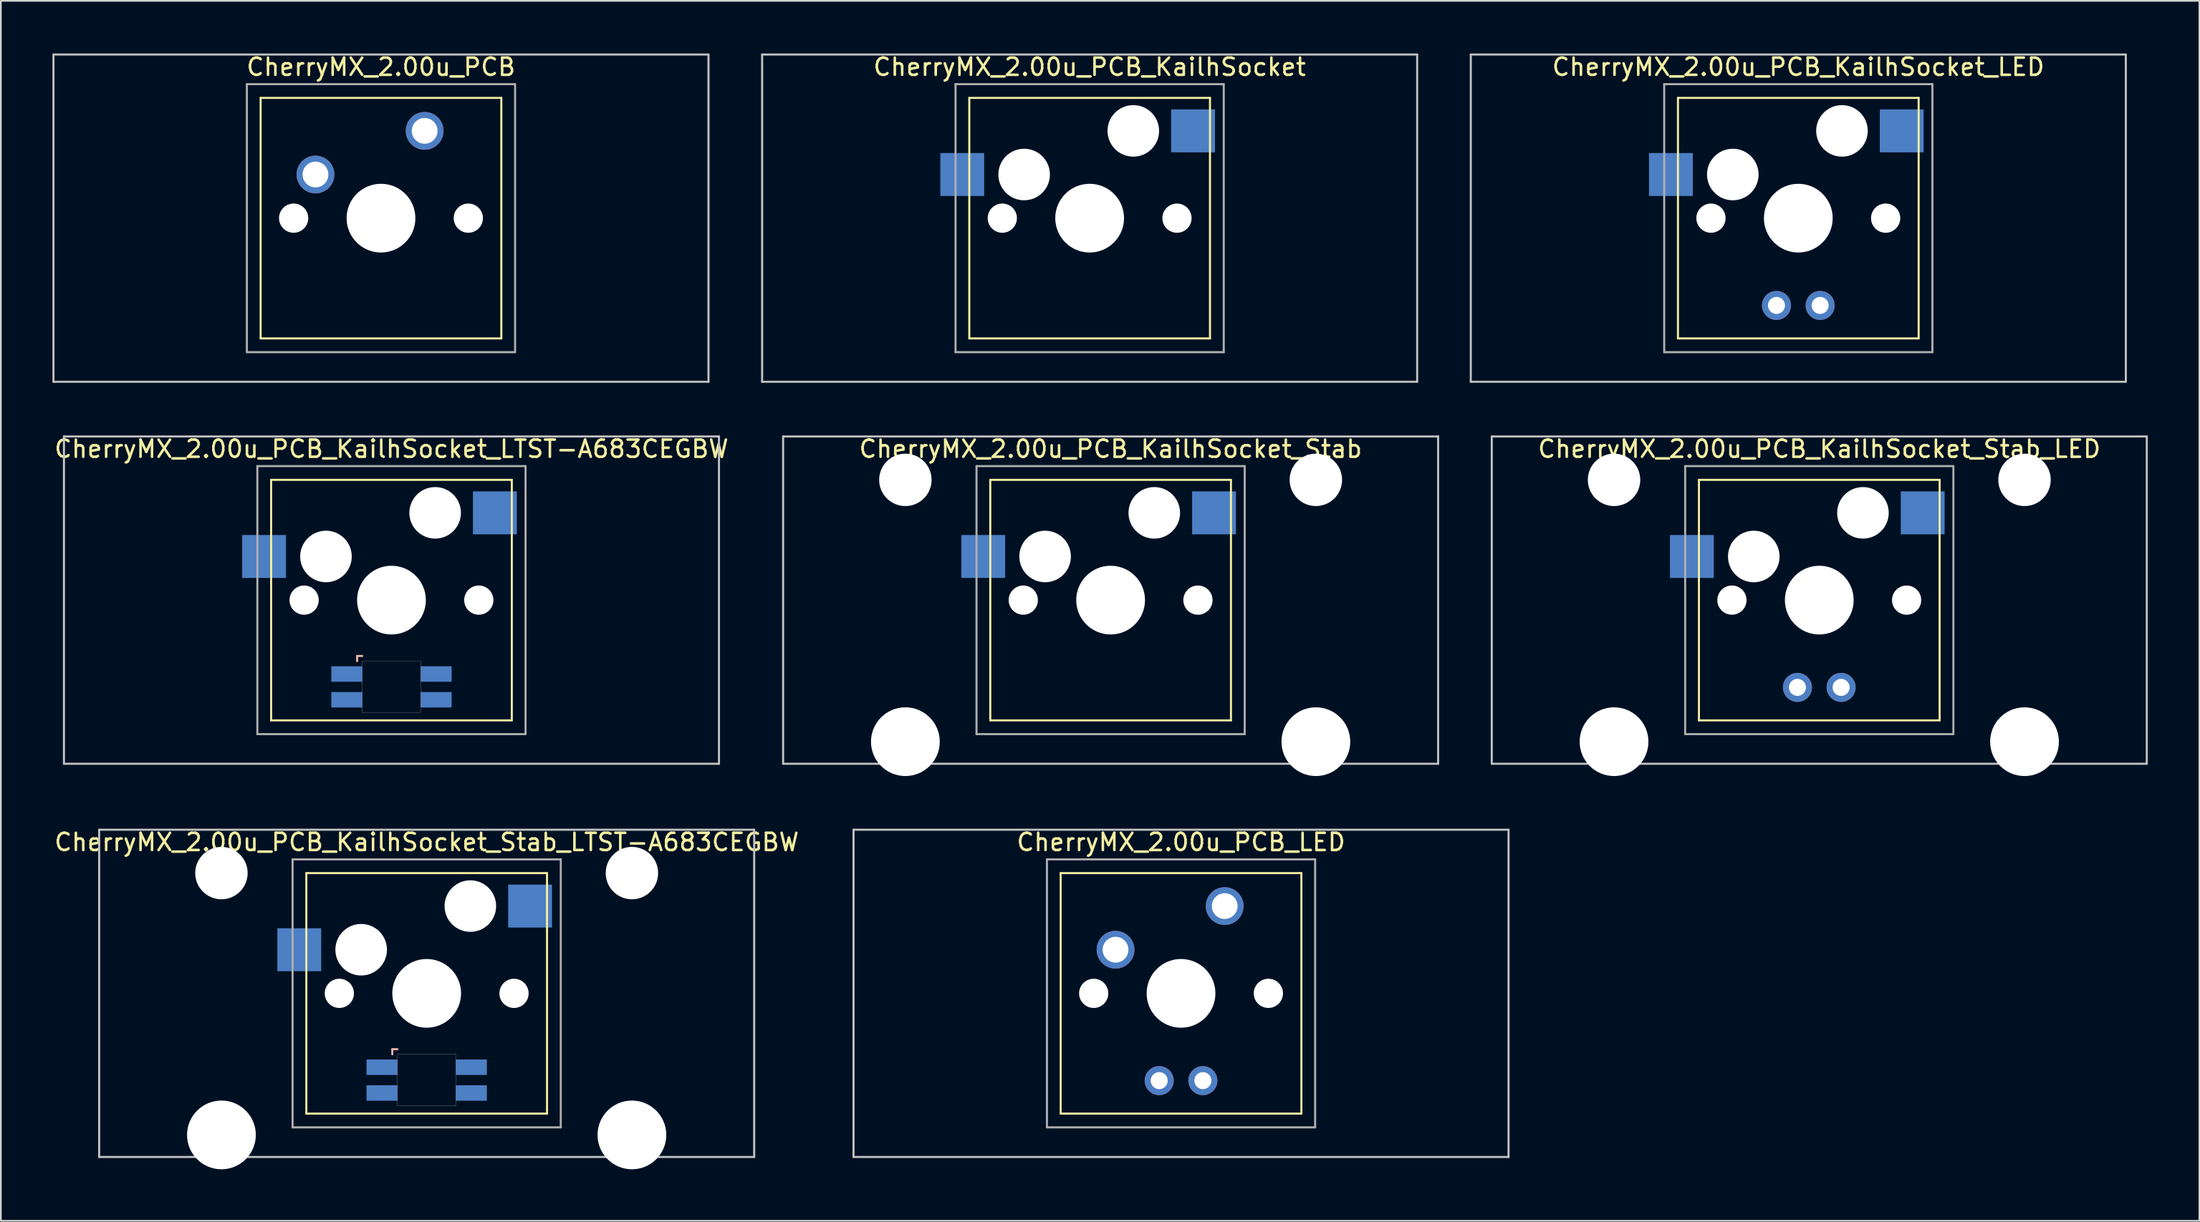
<source format=kicad_pcb>
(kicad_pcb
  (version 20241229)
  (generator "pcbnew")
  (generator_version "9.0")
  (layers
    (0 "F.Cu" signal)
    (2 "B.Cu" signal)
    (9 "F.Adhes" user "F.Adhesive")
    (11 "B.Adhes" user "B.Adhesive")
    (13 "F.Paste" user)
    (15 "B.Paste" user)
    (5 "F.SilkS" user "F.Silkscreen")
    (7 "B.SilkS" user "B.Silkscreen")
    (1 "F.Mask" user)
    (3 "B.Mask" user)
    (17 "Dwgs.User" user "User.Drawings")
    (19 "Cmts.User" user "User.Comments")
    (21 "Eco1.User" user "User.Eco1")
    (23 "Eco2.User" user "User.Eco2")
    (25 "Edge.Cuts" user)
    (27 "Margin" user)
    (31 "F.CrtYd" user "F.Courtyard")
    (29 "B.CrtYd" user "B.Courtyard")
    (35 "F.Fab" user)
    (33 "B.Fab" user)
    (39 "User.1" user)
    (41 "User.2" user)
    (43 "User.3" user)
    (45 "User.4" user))
  (footprint "CherryMX_2.00u_PCB_KailhSocket_Stab_LTST-A683CEGBW"
    (layer "F.Cu")
    (at 21.768 54.77)
    (property "Reference" "CherryMX_2.00u_PCB_KailhSocket_Stab_LTST-A683CEGBW" (at 0 -8.8 0) (layer "F.SilkS") (effects (font (size 1 1) (thickness 0.15))))
    (attr through_hole)
    (fp_line (start -7 -7) (end -7 7) (stroke (width 0.12) (type solid)) (layer "F.SilkS"))
    (fp_line (start -7 -7) (end 7 -7) (stroke (width 0.12) (type solid)) (layer "F.SilkS"))
    (fp_line (start 7 -7) (end 7 7) (stroke (width 0.12) (type solid)) (layer "F.SilkS"))
    (fp_line (start 7 7) (end -7 7) (stroke (width 0.12) (type solid)) (layer "F.SilkS"))
    (fp_line (start -2 3.25) (end -2 3.55) (stroke (width 0.12) (type solid)) (layer "B.SilkS"))
    (fp_line (start -1.7 3.25) (end -2 3.25) (stroke (width 0.12) (type solid)) (layer "B.SilkS"))
    (fp_line (start -19.05 -9.525) (end 19.05 -9.525) (stroke (width 0.12) (type solid)) (layer "Dwgs.User"))
    (fp_line (start -19.05 9.525) (end -19.05 -9.525) (stroke (width 0.12) (type solid)) (layer "Dwgs.User"))
    (fp_line (start 19.05 -9.525) (end 19.05 9.525) (stroke (width 0.12) (type solid)) (layer "Dwgs.User"))
    (fp_line (start 19.05 9.525) (end -19.05 9.525) (stroke (width 0.12) (type solid)) (layer "Dwgs.User"))
    (fp_poly (pts (xy 1.7 6.55) (xy -1.7 6.55) (xy -1.7 3.55) (xy 1.7 3.55)) (stroke (width 0.01) (type solid)) (fill no) (layer "Edge.Cuts"))
    (fp_line (start -7.8 -7.8) (end -7.8 7.8) (stroke (width 0.12) (type solid)) (layer "F.Fab"))
    (fp_line (start -7.8 -7.8) (end 7.8 -7.8) (stroke (width 0.12) (type solid)) (layer "F.Fab"))
    (fp_line (start -7.8 7.8) (end 7.8 7.8) (stroke (width 0.12) (type solid)) (layer "F.Fab"))
    (fp_line (start 7.8 -7.8) (end 7.8 7.8) (stroke (width 0.12) (type solid)) (layer "F.Fab"))
    (pad "" np_thru_hole circle (at -11.938 -7) (size 3.05 3.05) (drill 3.05) (layers "*.Cu" "*.Mask"))
    (pad "" np_thru_hole circle (at -11.938 8.24) (size 4 4) (drill 4) (layers "*.Cu" "*.Mask"))
    (pad "" np_thru_hole circle (at -5.08 0) (size 1.7 1.7) (drill 1.7) (layers "*.Cu" "*.Mask"))
    (pad "" np_thru_hole circle (at -3.81 -2.54) (size 3 3) (drill 3) (layers "*.Cu" "*.Mask"))
    (pad "" np_thru_hole circle (at 0 0) (size 4 4) (drill 4) (layers "*.Cu" "*.Mask"))
    (pad "" np_thru_hole circle (at 2.54 -5.08) (size 3 3) (drill 3) (layers "*.Cu" "*.Mask"))
    (pad "" np_thru_hole circle (at 5.08 0) (size 1.7 1.7) (drill 1.7) (layers "*.Cu" "*.Mask"))
    (pad "" np_thru_hole circle (at 11.938 -7) (size 3.05 3.05) (drill 3.05) (layers "*.Cu" "*.Mask"))
    (pad "" np_thru_hole circle (at 11.938 8.24) (size 4 4) (drill 4) (layers "*.Cu" "*.Mask"))
    (pad "1" smd rect (at -7.41 -2.54) (size 2.55 2.5) (layers "B.Cu" "B.Mask" "B.Paste"))
    (pad "2" smd rect (at 6.015 -5.08) (size 2.55 2.5) (layers "B.Cu" "B.Mask" "B.Paste"))
    (pad "3" smd rect (at -2.6 4.3) (size 1.8 0.9) (layers "B.Cu" "B.Mask" "B.Paste"))
    (pad "4" smd rect (at -2.6 5.8) (size 1.8 0.9) (layers "B.Cu" "B.Mask" "B.Paste"))
    (pad "5" smd rect (at 2.6 4.3) (size 1.8 0.9) (layers "B.Cu" "B.Mask" "B.Paste"))
    (pad "6" smd rect (at 2.6 5.8) (size 1.8 0.9) (layers "B.Cu" "B.Mask" "B.Paste")))
  (footprint "CherryMX_2.00u_PCB_KailhSocket_Stab"
    (layer "F.Cu")
    (at 61.55 31.881)
    (property "Reference" "CherryMX_2.00u_PCB_KailhSocket_Stab" (at 0 -8.8 0) (layer "F.SilkS") (effects (font (size 1 1) (thickness 0.15))))
    (attr through_hole)
    (fp_line (start -7 -7) (end -7 7) (stroke (width 0.12) (type solid)) (layer "F.SilkS"))
    (fp_line (start -7 -7) (end 7 -7) (stroke (width 0.12) (type solid)) (layer "F.SilkS"))
    (fp_line (start 7 -7) (end 7 7) (stroke (width 0.12) (type solid)) (layer "F.SilkS"))
    (fp_line (start 7 7) (end -7 7) (stroke (width 0.12) (type solid)) (layer "F.SilkS"))
    (fp_line (start -19.05 -9.525) (end 19.05 -9.525) (stroke (width 0.12) (type solid)) (layer "Dwgs.User"))
    (fp_line (start -19.05 9.525) (end -19.05 -9.525) (stroke (width 0.12) (type solid)) (layer "Dwgs.User"))
    (fp_line (start 19.05 -9.525) (end 19.05 9.525) (stroke (width 0.12) (type solid)) (layer "Dwgs.User"))
    (fp_line (start 19.05 9.525) (end -19.05 9.525) (stroke (width 0.12) (type solid)) (layer "Dwgs.User"))
    (fp_line (start -7.8 -7.8) (end -7.8 7.8) (stroke (width 0.12) (type solid)) (layer "F.Fab"))
    (fp_line (start -7.8 -7.8) (end 7.8 -7.8) (stroke (width 0.12) (type solid)) (layer "F.Fab"))
    (fp_line (start -7.8 7.8) (end 7.8 7.8) (stroke (width 0.12) (type solid)) (layer "F.Fab"))
    (fp_line (start 7.8 -7.8) (end 7.8 7.8) (stroke (width 0.12) (type solid)) (layer "F.Fab"))
    (pad "" np_thru_hole circle (at -11.938 -7) (size 3.05 3.05) (drill 3.05) (layers "*.Cu" "*.Mask"))
    (pad "" np_thru_hole circle (at -11.938 8.24) (size 4 4) (drill 4) (layers "*.Cu" "*.Mask"))
    (pad "" np_thru_hole circle (at -5.08 0) (size 1.7 1.7) (drill 1.7) (layers "*.Cu" "*.Mask"))
    (pad "" np_thru_hole circle (at -3.81 -2.54) (size 3 3) (drill 3) (layers "*.Cu" "*.Mask"))
    (pad "" np_thru_hole circle (at 0 0) (size 4 4) (drill 4) (layers "*.Cu" "*.Mask"))
    (pad "" np_thru_hole circle (at 2.54 -5.08) (size 3 3) (drill 3) (layers "*.Cu" "*.Mask"))
    (pad "" np_thru_hole circle (at 5.08 0) (size 1.7 1.7) (drill 1.7) (layers "*.Cu" "*.Mask"))
    (pad "" np_thru_hole circle (at 11.938 -7) (size 3.05 3.05) (drill 3.05) (layers "*.Cu" "*.Mask"))
    (pad "" np_thru_hole circle (at 11.938 8.24) (size 4 4) (drill 4) (layers "*.Cu" "*.Mask"))
    (pad "1" smd rect (at -7.41 -2.54) (size 2.55 2.5) (layers "B.Cu" "B.Mask" "B.Paste"))
    (pad "2" smd rect (at 6.015 -5.08) (size 2.55 2.5) (layers "B.Cu" "B.Mask" "B.Paste")))
  (footprint "CherryMX_2.00u_PCB_KailhSocket"
    (layer "F.Cu")
    (at 60.33 9.648)
    (property "Reference" "CherryMX_2.00u_PCB_KailhSocket" (at 0 -8.8 0) (layer "F.SilkS") (effects (font (size 1 1) (thickness 0.15))))
    (attr through_hole)
    (fp_line (start -7 -7) (end -7 7) (stroke (width 0.12) (type solid)) (layer "F.SilkS"))
    (fp_line (start -7 -7) (end 7 -7) (stroke (width 0.12) (type solid)) (layer "F.SilkS"))
    (fp_line (start 7 -7) (end 7 7) (stroke (width 0.12) (type solid)) (layer "F.SilkS"))
    (fp_line (start 7 7) (end -7 7) (stroke (width 0.12) (type solid)) (layer "F.SilkS"))
    (fp_line (start -19.05 -9.525) (end 19.05 -9.525) (stroke (width 0.12) (type solid)) (layer "Dwgs.User"))
    (fp_line (start -19.05 9.525) (end -19.05 -9.525) (stroke (width 0.12) (type solid)) (layer "Dwgs.User"))
    (fp_line (start 19.05 -9.525) (end 19.05 9.525) (stroke (width 0.12) (type solid)) (layer "Dwgs.User"))
    (fp_line (start 19.05 9.525) (end -19.05 9.525) (stroke (width 0.12) (type solid)) (layer "Dwgs.User"))
    (fp_line (start -7.8 -7.8) (end -7.8 7.8) (stroke (width 0.12) (type solid)) (layer "F.Fab"))
    (fp_line (start -7.8 -7.8) (end 7.8 -7.8) (stroke (width 0.12) (type solid)) (layer "F.Fab"))
    (fp_line (start -7.8 7.8) (end 7.8 7.8) (stroke (width 0.12) (type solid)) (layer "F.Fab"))
    (fp_line (start 7.8 -7.8) (end 7.8 7.8) (stroke (width 0.12) (type solid)) (layer "F.Fab"))
    (pad "" np_thru_hole circle (at -5.08 0) (size 1.7 1.7) (drill 1.7) (layers "*.Cu" "*.Mask"))
    (pad "" np_thru_hole circle (at -3.81 -2.54) (size 3 3) (drill 3) (layers "*.Cu" "*.Mask"))
    (pad "" np_thru_hole circle (at 0 0) (size 4 4) (drill 4) (layers "*.Cu" "*.Mask"))
    (pad "" np_thru_hole circle (at 2.54 -5.08) (size 3 3) (drill 3) (layers "*.Cu" "*.Mask"))
    (pad "" np_thru_hole circle (at 5.08 0) (size 1.7 1.7) (drill 1.7) (layers "*.Cu" "*.Mask"))
    (pad "1" smd rect (at -7.41 -2.54) (size 2.55 2.5) (layers "B.Cu" "B.Mask" "B.Paste"))
    (pad "2" smd rect (at 6.015 -5.08) (size 2.55 2.5) (layers "B.Cu" "B.Mask" "B.Paste")))
  (footprint "CherryMX_2.00u_PCB_KailhSocket_LED"
    (layer "F.Cu")
    (at 101.55 9.648)
    (property "Reference" "CherryMX_2.00u_PCB_KailhSocket_LED" (at 0 -8.8 0) (layer "F.SilkS") (effects (font (size 1 1) (thickness 0.15))))
    (attr through_hole)
    (fp_line (start -7 -7) (end -7 7) (stroke (width 0.12) (type solid)) (layer "F.SilkS"))
    (fp_line (start -7 -7) (end 7 -7) (stroke (width 0.12) (type solid)) (layer "F.SilkS"))
    (fp_line (start 7 -7) (end 7 7) (stroke (width 0.12) (type solid)) (layer "F.SilkS"))
    (fp_line (start 7 7) (end -7 7) (stroke (width 0.12) (type solid)) (layer "F.SilkS"))
    (fp_line (start -19.05 -9.525) (end 19.05 -9.525) (stroke (width 0.12) (type solid)) (layer "Dwgs.User"))
    (fp_line (start -19.05 9.525) (end -19.05 -9.525) (stroke (width 0.12) (type solid)) (layer "Dwgs.User"))
    (fp_line (start 19.05 -9.525) (end 19.05 9.525) (stroke (width 0.12) (type solid)) (layer "Dwgs.User"))
    (fp_line (start 19.05 9.525) (end -19.05 9.525) (stroke (width 0.12) (type solid)) (layer "Dwgs.User"))
    (fp_line (start -7.8 -7.8) (end -7.8 7.8) (stroke (width 0.12) (type solid)) (layer "F.Fab"))
    (fp_line (start -7.8 -7.8) (end 7.8 -7.8) (stroke (width 0.12) (type solid)) (layer "F.Fab"))
    (fp_line (start -7.8 7.8) (end 7.8 7.8) (stroke (width 0.12) (type solid)) (layer "F.Fab"))
    (fp_line (start 7.8 -7.8) (end 7.8 7.8) (stroke (width 0.12) (type solid)) (layer "F.Fab"))
    (pad "" np_thru_hole circle (at -5.08 0) (size 1.7 1.7) (drill 1.7) (layers "*.Cu" "*.Mask"))
    (pad "" np_thru_hole circle (at -3.81 -2.54) (size 3 3) (drill 3) (layers "*.Cu" "*.Mask"))
    (pad "" np_thru_hole circle (at 0 0) (size 4 4) (drill 4) (layers "*.Cu" "*.Mask"))
    (pad "" np_thru_hole circle (at 2.54 -5.08) (size 3 3) (drill 3) (layers "*.Cu" "*.Mask"))
    (pad "" np_thru_hole circle (at 5.08 0) (size 1.7 1.7) (drill 1.7) (layers "*.Cu" "*.Mask"))
    (pad "1" smd rect (at -7.41 -2.54) (size 2.55 2.5) (layers "B.Cu" "B.Mask" "B.Paste"))
    (pad "2" smd rect (at 6.015 -5.08) (size 2.55 2.5) (layers "B.Cu" "B.Mask" "B.Paste"))
    (pad "3" thru_hole circle (at -1.27 5.08) (size 1.691 1.691) (drill 0.991) (layers "*.Cu" "*.Mask"))
    (pad "4" thru_hole circle (at 1.27 5.08) (size 1.691 1.691) (drill 0.991) (layers "*.Cu" "*.Mask")))
  (footprint "CherryMX_2.00u_PCB_LED"
    (layer "F.Cu")
    (at 65.646 54.77)
    (property "Reference" "CherryMX_2.00u_PCB_LED" (at 0 -8.8 0) (layer "F.SilkS") (effects (font (size 1 1) (thickness 0.15))))
    (attr through_hole)
    (fp_line (start -7 -7) (end -7 7) (stroke (width 0.12) (type solid)) (layer "F.SilkS"))
    (fp_line (start -7 -7) (end 7 -7) (stroke (width 0.12) (type solid)) (layer "F.SilkS"))
    (fp_line (start 7 -7) (end 7 7) (stroke (width 0.12) (type solid)) (layer "F.SilkS"))
    (fp_line (start 7 7) (end -7 7) (stroke (width 0.12) (type solid)) (layer "F.SilkS"))
    (fp_line (start -19.05 -9.525) (end 19.05 -9.525) (stroke (width 0.12) (type solid)) (layer "Dwgs.User"))
    (fp_line (start -19.05 9.525) (end -19.05 -9.525) (stroke (width 0.12) (type solid)) (layer "Dwgs.User"))
    (fp_line (start 19.05 -9.525) (end 19.05 9.525) (stroke (width 0.12) (type solid)) (layer "Dwgs.User"))
    (fp_line (start 19.05 9.525) (end -19.05 9.525) (stroke (width 0.12) (type solid)) (layer "Dwgs.User"))
    (fp_line (start -7.8 -7.8) (end -7.8 7.8) (stroke (width 0.12) (type solid)) (layer "F.Fab"))
    (fp_line (start -7.8 -7.8) (end 7.8 -7.8) (stroke (width 0.12) (type solid)) (layer "F.Fab"))
    (fp_line (start -7.8 7.8) (end 7.8 7.8) (stroke (width 0.12) (type solid)) (layer "F.Fab"))
    (fp_line (start 7.8 -7.8) (end 7.8 7.8) (stroke (width 0.12) (type solid)) (layer "F.Fab"))
    (pad "" np_thru_hole circle (at -5.08 0) (size 1.7 1.7) (drill 1.7) (layers "*.Cu" "*.Mask"))
    (pad "" np_thru_hole circle (at 0 0) (size 4 4) (drill 4) (layers "*.Cu" "*.Mask"))
    (pad "" np_thru_hole circle (at 5.08 0) (size 1.7 1.7) (drill 1.7) (layers "*.Cu" "*.Mask"))
    (pad "1" thru_hole circle (at -3.81 -2.54) (size 2.2 2.2) (drill 1.5) (layers "*.Cu" "*.Mask"))
    (pad "2" thru_hole circle (at 2.54 -5.08) (size 2.2 2.2) (drill 1.5) (layers "*.Cu" "*.Mask"))
    (pad "3" thru_hole circle (at -1.27 5.08) (size 1.691 1.691) (drill 0.991) (layers "*.Cu" "*.Mask"))
    (pad "4" thru_hole circle (at 1.27 5.08) (size 1.691 1.691) (drill 0.991) (layers "*.Cu" "*.Mask")))
  (footprint "CherryMX_2.00u_PCB_KailhSocket_Stab_LED"
    (layer "F.Cu")
    (at 102.77 31.881)
    (property "Reference" "CherryMX_2.00u_PCB_KailhSocket_Stab_LED" (at 0 -8.8 0) (layer "F.SilkS") (effects (font (size 1 1) (thickness 0.15))))
    (attr through_hole)
    (fp_line (start -7 -7) (end -7 7) (stroke (width 0.12) (type solid)) (layer "F.SilkS"))
    (fp_line (start -7 -7) (end 7 -7) (stroke (width 0.12) (type solid)) (layer "F.SilkS"))
    (fp_line (start 7 -7) (end 7 7) (stroke (width 0.12) (type solid)) (layer "F.SilkS"))
    (fp_line (start 7 7) (end -7 7) (stroke (width 0.12) (type solid)) (layer "F.SilkS"))
    (fp_line (start -19.05 -9.525) (end 19.05 -9.525) (stroke (width 0.12) (type solid)) (layer "Dwgs.User"))
    (fp_line (start -19.05 9.525) (end -19.05 -9.525) (stroke (width 0.12) (type solid)) (layer "Dwgs.User"))
    (fp_line (start 19.05 -9.525) (end 19.05 9.525) (stroke (width 0.12) (type solid)) (layer "Dwgs.User"))
    (fp_line (start 19.05 9.525) (end -19.05 9.525) (stroke (width 0.12) (type solid)) (layer "Dwgs.User"))
    (fp_line (start -7.8 -7.8) (end -7.8 7.8) (stroke (width 0.12) (type solid)) (layer "F.Fab"))
    (fp_line (start -7.8 -7.8) (end 7.8 -7.8) (stroke (width 0.12) (type solid)) (layer "F.Fab"))
    (fp_line (start -7.8 7.8) (end 7.8 7.8) (stroke (width 0.12) (type solid)) (layer "F.Fab"))
    (fp_line (start 7.8 -7.8) (end 7.8 7.8) (stroke (width 0.12) (type solid)) (layer "F.Fab"))
    (pad "" np_thru_hole circle (at -11.938 -7) (size 3.05 3.05) (drill 3.05) (layers "*.Cu" "*.Mask"))
    (pad "" np_thru_hole circle (at -11.938 8.24) (size 4 4) (drill 4) (layers "*.Cu" "*.Mask"))
    (pad "" np_thru_hole circle (at -5.08 0) (size 1.7 1.7) (drill 1.7) (layers "*.Cu" "*.Mask"))
    (pad "" np_thru_hole circle (at -3.81 -2.54) (size 3 3) (drill 3) (layers "*.Cu" "*.Mask"))
    (pad "" np_thru_hole circle (at 0 0) (size 4 4) (drill 4) (layers "*.Cu" "*.Mask"))
    (pad "" np_thru_hole circle (at 2.54 -5.08) (size 3 3) (drill 3) (layers "*.Cu" "*.Mask"))
    (pad "" np_thru_hole circle (at 5.08 0) (size 1.7 1.7) (drill 1.7) (layers "*.Cu" "*.Mask"))
    (pad "" np_thru_hole circle (at 11.938 -7) (size 3.05 3.05) (drill 3.05) (layers "*.Cu" "*.Mask"))
    (pad "" np_thru_hole circle (at 11.938 8.24) (size 4 4) (drill 4) (layers "*.Cu" "*.Mask"))
    (pad "1" smd rect (at -7.41 -2.54) (size 2.55 2.5) (layers "B.Cu" "B.Mask" "B.Paste"))
    (pad "2" smd rect (at 6.015 -5.08) (size 2.55 2.5) (layers "B.Cu" "B.Mask" "B.Paste"))
    (pad "3" thru_hole circle (at -1.27 5.08) (size 1.691 1.691) (drill 0.991) (layers "*.Cu" "*.Mask"))
    (pad "4" thru_hole circle (at 1.27 5.08) (size 1.691 1.691) (drill 0.991) (layers "*.Cu" "*.Mask")))
  (footprint "CherryMX_2.00u_PCB_KailhSocket_LTST-A683CEGBW"
    (layer "F.Cu")
    (at 19.72 31.881)
    (property "Reference" "CherryMX_2.00u_PCB_KailhSocket_LTST-A683CEGBW" (at 0 -8.8 0) (layer "F.SilkS") (effects (font (size 1 1) (thickness 0.15))))
    (attr through_hole)
    (fp_line (start -7 -7) (end -7 7) (stroke (width 0.12) (type solid)) (layer "F.SilkS"))
    (fp_line (start -7 -7) (end 7 -7) (stroke (width 0.12) (type solid)) (layer "F.SilkS"))
    (fp_line (start 7 -7) (end 7 7) (stroke (width 0.12) (type solid)) (layer "F.SilkS"))
    (fp_line (start 7 7) (end -7 7) (stroke (width 0.12) (type solid)) (layer "F.SilkS"))
    (fp_line (start -2 3.25) (end -2 3.55) (stroke (width 0.12) (type solid)) (layer "B.SilkS"))
    (fp_line (start -1.7 3.25) (end -2 3.25) (stroke (width 0.12) (type solid)) (layer "B.SilkS"))
    (fp_line (start -19.05 -9.525) (end 19.05 -9.525) (stroke (width 0.12) (type solid)) (layer "Dwgs.User"))
    (fp_line (start -19.05 9.525) (end -19.05 -9.525) (stroke (width 0.12) (type solid)) (layer "Dwgs.User"))
    (fp_line (start 19.05 -9.525) (end 19.05 9.525) (stroke (width 0.12) (type solid)) (layer "Dwgs.User"))
    (fp_line (start 19.05 9.525) (end -19.05 9.525) (stroke (width 0.12) (type solid)) (layer "Dwgs.User"))
    (fp_poly (pts (xy 1.7 6.55) (xy -1.7 6.55) (xy -1.7 3.55) (xy 1.7 3.55)) (stroke (width 0.01) (type solid)) (fill no) (layer "Edge.Cuts"))
    (fp_line (start -7.8 -7.8) (end -7.8 7.8) (stroke (width 0.12) (type solid)) (layer "F.Fab"))
    (fp_line (start -7.8 -7.8) (end 7.8 -7.8) (stroke (width 0.12) (type solid)) (layer "F.Fab"))
    (fp_line (start -7.8 7.8) (end 7.8 7.8) (stroke (width 0.12) (type solid)) (layer "F.Fab"))
    (fp_line (start 7.8 -7.8) (end 7.8 7.8) (stroke (width 0.12) (type solid)) (layer "F.Fab"))
    (pad "" np_thru_hole circle (at -5.08 0) (size 1.7 1.7) (drill 1.7) (layers "*.Cu" "*.Mask"))
    (pad "" np_thru_hole circle (at -3.81 -2.54) (size 3 3) (drill 3) (layers "*.Cu" "*.Mask"))
    (pad "" np_thru_hole circle (at 0 0) (size 4 4) (drill 4) (layers "*.Cu" "*.Mask"))
    (pad "" np_thru_hole circle (at 2.54 -5.08) (size 3 3) (drill 3) (layers "*.Cu" "*.Mask"))
    (pad "" np_thru_hole circle (at 5.08 0) (size 1.7 1.7) (drill 1.7) (layers "*.Cu" "*.Mask"))
    (pad "1" smd rect (at -7.41 -2.54) (size 2.55 2.5) (layers "B.Cu" "B.Mask" "B.Paste"))
    (pad "2" smd rect (at 6.015 -5.08) (size 2.55 2.5) (layers "B.Cu" "B.Mask" "B.Paste"))
    (pad "3" smd rect (at -2.6 4.3) (size 1.8 0.9) (layers "B.Cu" "B.Mask" "B.Paste"))
    (pad "4" smd rect (at -2.6 5.8) (size 1.8 0.9) (layers "B.Cu" "B.Mask" "B.Paste"))
    (pad "5" smd rect (at 2.6 4.3) (size 1.8 0.9) (layers "B.Cu" "B.Mask" "B.Paste"))
    (pad "6" smd rect (at 2.6 5.8) (size 1.8 0.9) (layers "B.Cu" "B.Mask" "B.Paste")))
  (footprint "CherryMX_2.00u_PCB"
    (layer "F.Cu")
    (at 19.11 9.648)
    (property "Reference" "CherryMX_2.00u_PCB" (at 0 -8.8 0) (layer "F.SilkS") (effects (font (size 1 1) (thickness 0.15))))
    (attr through_hole)
    (fp_line (start -7 -7) (end -7 7) (stroke (width 0.12) (type solid)) (layer "F.SilkS"))
    (fp_line (start -7 -7) (end 7 -7) (stroke (width 0.12) (type solid)) (layer "F.SilkS"))
    (fp_line (start 7 -7) (end 7 7) (stroke (width 0.12) (type solid)) (layer "F.SilkS"))
    (fp_line (start 7 7) (end -7 7) (stroke (width 0.12) (type solid)) (layer "F.SilkS"))
    (fp_line (start -19.05 -9.525) (end 19.05 -9.525) (stroke (width 0.12) (type solid)) (layer "Dwgs.User"))
    (fp_line (start -19.05 9.525) (end -19.05 -9.525) (stroke (width 0.12) (type solid)) (layer "Dwgs.User"))
    (fp_line (start 19.05 -9.525) (end 19.05 9.525) (stroke (width 0.12) (type solid)) (layer "Dwgs.User"))
    (fp_line (start 19.05 9.525) (end -19.05 9.525) (stroke (width 0.12) (type solid)) (layer "Dwgs.User"))
    (fp_line (start -7.8 -7.8) (end -7.8 7.8) (stroke (width 0.12) (type solid)) (layer "F.Fab"))
    (fp_line (start -7.8 -7.8) (end 7.8 -7.8) (stroke (width 0.12) (type solid)) (layer "F.Fab"))
    (fp_line (start -7.8 7.8) (end 7.8 7.8) (stroke (width 0.12) (type solid)) (layer "F.Fab"))
    (fp_line (start 7.8 -7.8) (end 7.8 7.8) (stroke (width 0.12) (type solid)) (layer "F.Fab"))
    (pad "" np_thru_hole circle (at -5.08 0) (size 1.7 1.7) (drill 1.7) (layers "*.Cu" "*.Mask"))
    (pad "" np_thru_hole circle (at 0 0) (size 4 4) (drill 4) (layers "*.Cu" "*.Mask"))
    (pad "" np_thru_hole circle (at 5.08 0) (size 1.7 1.7) (drill 1.7) (layers "*.Cu" "*.Mask"))
    (pad "1" thru_hole circle (at -3.81 -2.54) (size 2.2 2.2) (drill 1.5) (layers "*.Cu" "*.Mask"))
    (pad "2" thru_hole circle (at 2.54 -5.08) (size 2.2 2.2) (drill 1.5) (layers "*.Cu" "*.Mask")))
  (gr_rect
    (start -3 -3)
    (end 124.88 68.01)
    (stroke (width 0.1) (type default))
    (fill no)
    (layer "Edge.Cuts")))
</source>
